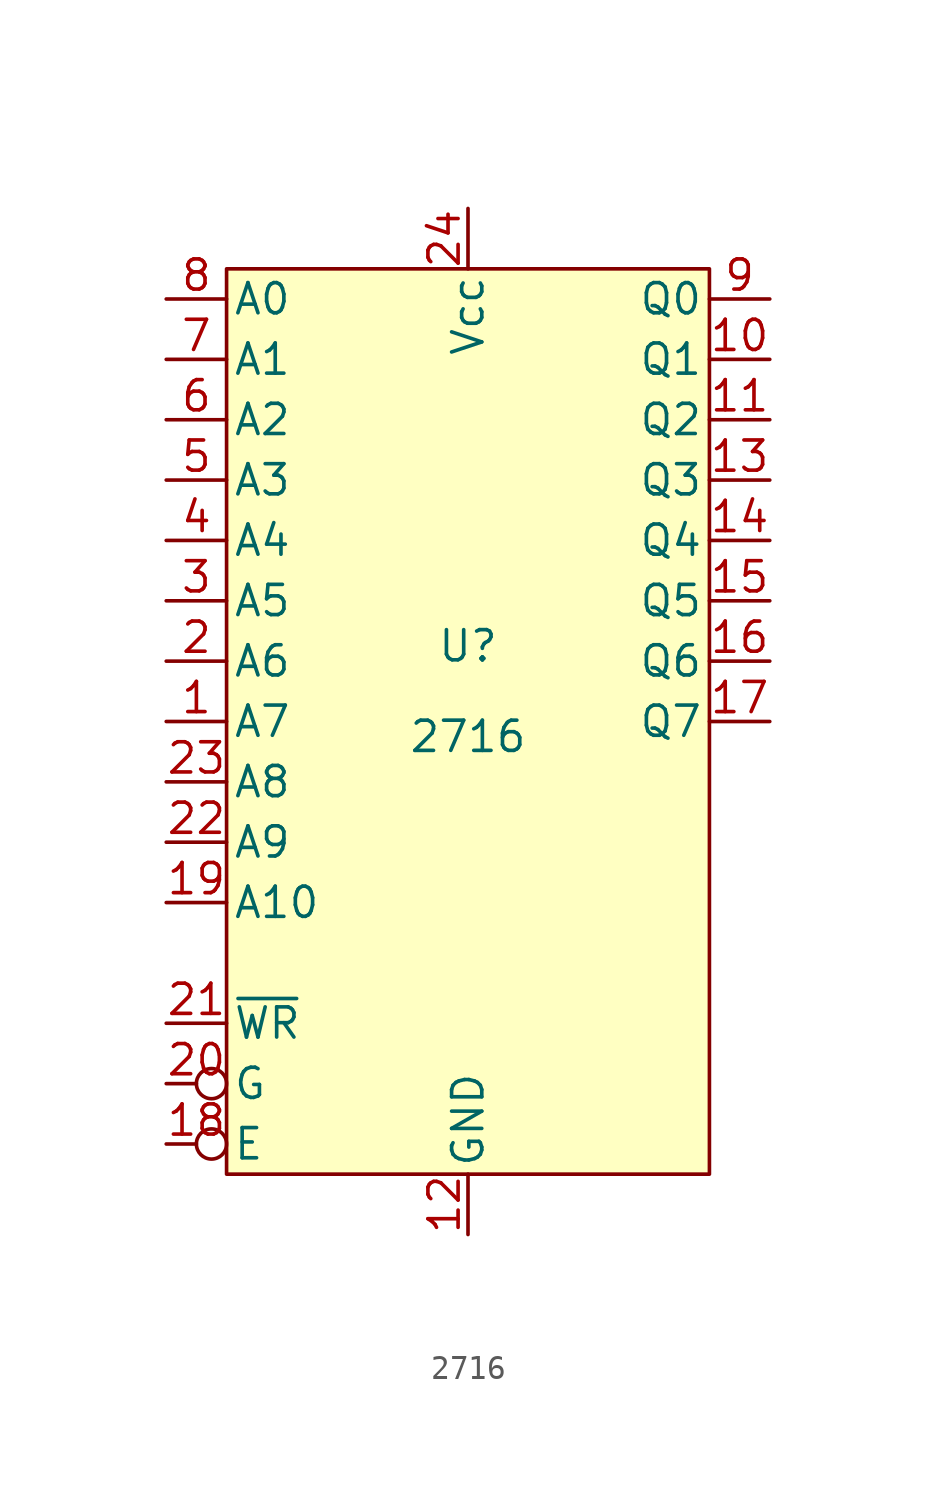
<source format=kicad_sym>
(kicad_symbol_lib
  (version 20220914)
  (generator kicad_symbol_editor)
  (symbol "2716"
    (pin_names
      (offset 0.254))
    (property "Reference" "U"
      (at 0 3.175 0)
      (effects (font (size 1.27 1.27))))
    (property "Value" "2716"
      (at 0 -0.635 0)
      (effects (font (size 1.27 1.27))))
    (property "Footprint" ""
      (at 0 0 0)
      (effects (font (size 1.524 1.524))))
    (property "Datasheet" ""
      (at 0 0 0)
      (effects (font (size 1.524 1.524))))
    (symbol "2716_0_1"
      (rectangle (start -10.16 19.05) (end 10.16 -19.05) (stroke (width 0) (type solid)) (fill (type background))))
    (symbol "2716_1_0"
      (pin power_in line (at 0 -21.59 90) (length 2.54) (name "GND" (effects (font (size 1.27 1.27)))) (number "12" (effects (font (size 1.27 1.27)))))
      (pin power_in line (at 0 21.59 270) (length 2.54) (name "Vcc" (effects (font (size 1.27 1.27)))) (number "24" (effects (font (size 1.27 1.27))))))
    (symbol "2716_1_1"
      (pin input line (at -12.7 0 0) (length 2.54) (name "A7" (effects (font (size 1.27 1.27)))) (number "1" (effects (font (size 1.27 1.27)))))
      (pin tri_state line (at 12.7 15.24 180) (length 2.54) (name "Q1" (effects (font (size 1.27 1.27)))) (number "10" (effects (font (size 1.27 1.27)))))
      (pin tri_state line (at 12.7 12.7 180) (length 2.54) (name "Q2" (effects (font (size 1.27 1.27)))) (number "11" (effects (font (size 1.27 1.27)))))
      (pin tri_state line (at 12.7 10.16 180) (length 2.54) (name "Q3" (effects (font (size 1.27 1.27)))) (number "13" (effects (font (size 1.27 1.27)))))
      (pin tri_state line (at 12.7 7.62 180) (length 2.54) (name "Q4" (effects (font (size 1.27 1.27)))) (number "14" (effects (font (size 1.27 1.27)))))
      (pin tri_state line (at 12.7 5.08 180) (length 2.54) (name "Q5" (effects (font (size 1.27 1.27)))) (number "15" (effects (font (size 1.27 1.27)))))
      (pin tri_state line (at 12.7 2.54 180) (length 2.54) (name "Q6" (effects (font (size 1.27 1.27)))) (number "16" (effects (font (size 1.27 1.27)))))
      (pin tri_state line (at 12.7 0 180) (length 2.54) (name "Q7" (effects (font (size 1.27 1.27)))) (number "17" (effects (font (size 1.27 1.27)))))
      (pin input inverted (at -12.7 -17.78 0) (length 2.54) (name "E" (effects (font (size 1.27 1.27)))) (number "18" (effects (font (size 1.27 1.27)))))
      (pin input line (at -12.7 -7.62 0) (length 2.54) (name "A10" (effects (font (size 1.27 1.27)))) (number "19" (effects (font (size 1.27 1.27)))))
      (pin input line (at -12.7 2.54 0) (length 2.54) (name "A6" (effects (font (size 1.27 1.27)))) (number "2" (effects (font (size 1.27 1.27)))))
      (pin input inverted (at -12.7 -15.24 0) (length 2.54) (name "G" (effects (font (size 1.27 1.27)))) (number "20" (effects (font (size 1.27 1.27)))))
      (pin input line (at -12.7 -12.7 0) (length 2.54) (name "~{WR}" (effects (font (size 1.27 1.27)))) (number "21" (effects (font (size 1.27 1.27)))))
      (pin input line (at -12.7 -5.08 0) (length 2.54) (name "A9" (effects (font (size 1.27 1.27)))) (number "22" (effects (font (size 1.27 1.27)))))
      (pin input line (at -12.7 -2.54 0) (length 2.54) (name "A8" (effects (font (size 1.27 1.27)))) (number "23" (effects (font (size 1.27 1.27)))))
      (pin input line (at -12.7 5.08 0) (length 2.54) (name "A5" (effects (font (size 1.27 1.27)))) (number "3" (effects (font (size 1.27 1.27)))))
      (pin input line (at -12.7 7.62 0) (length 2.54) (name "A4" (effects (font (size 1.27 1.27)))) (number "4" (effects (font (size 1.27 1.27)))))
      (pin input line (at -12.7 10.16 0) (length 2.54) (name "A3" (effects (font (size 1.27 1.27)))) (number "5" (effects (font (size 1.27 1.27)))))
      (pin input line (at -12.7 12.7 0) (length 2.54) (name "A2" (effects (font (size 1.27 1.27)))) (number "6" (effects (font (size 1.27 1.27)))))
      (pin input line (at -12.7 15.24 0) (length 2.54) (name "A1" (effects (font (size 1.27 1.27)))) (number "7" (effects (font (size 1.27 1.27)))))
      (pin input line (at -12.7 17.78 0) (length 2.54) (name "A0" (effects (font (size 1.27 1.27)))) (number "8" (effects (font (size 1.27 1.27)))))
      (pin tri_state line (at 12.7 17.78 180) (length 2.54) (name "Q0" (effects (font (size 1.27 1.27)))) (number "9" (effects (font (size 1.27 1.27))))))))
</source>
